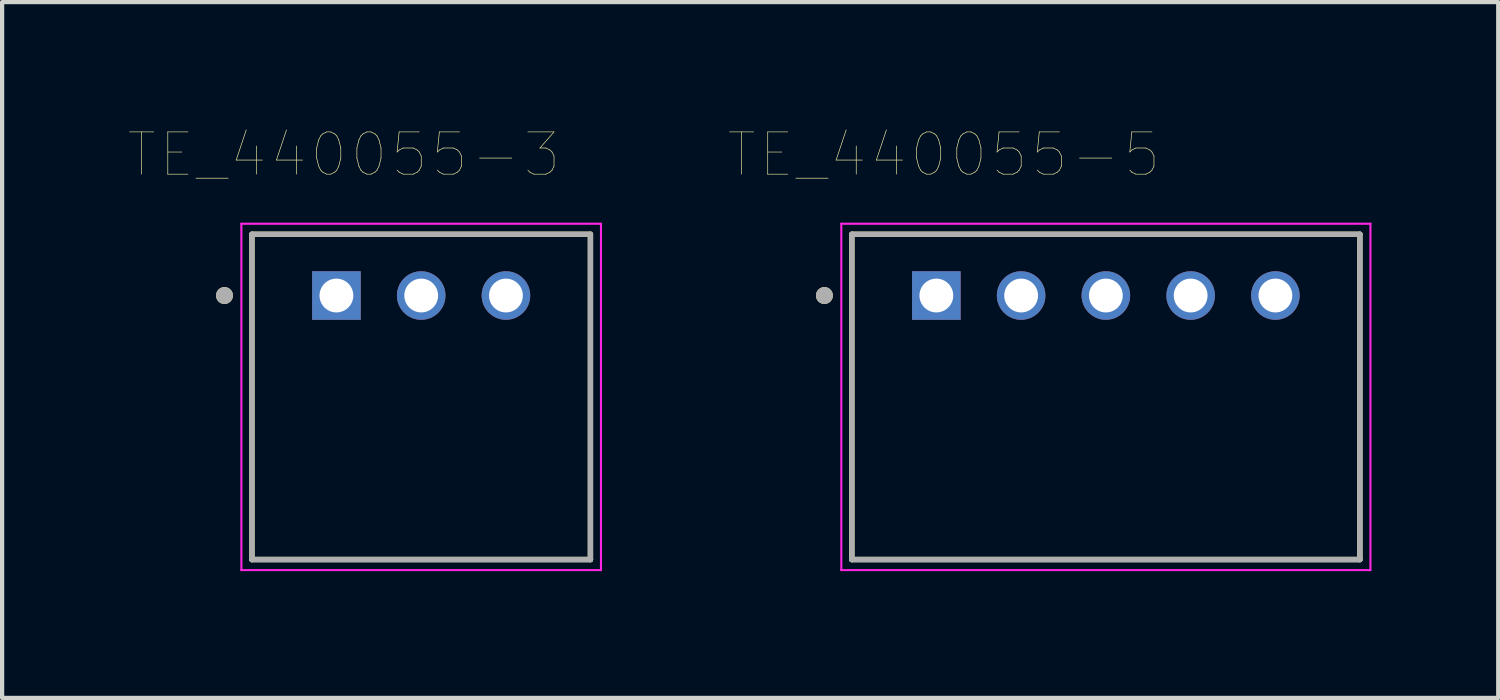
<source format=kicad_pcb>
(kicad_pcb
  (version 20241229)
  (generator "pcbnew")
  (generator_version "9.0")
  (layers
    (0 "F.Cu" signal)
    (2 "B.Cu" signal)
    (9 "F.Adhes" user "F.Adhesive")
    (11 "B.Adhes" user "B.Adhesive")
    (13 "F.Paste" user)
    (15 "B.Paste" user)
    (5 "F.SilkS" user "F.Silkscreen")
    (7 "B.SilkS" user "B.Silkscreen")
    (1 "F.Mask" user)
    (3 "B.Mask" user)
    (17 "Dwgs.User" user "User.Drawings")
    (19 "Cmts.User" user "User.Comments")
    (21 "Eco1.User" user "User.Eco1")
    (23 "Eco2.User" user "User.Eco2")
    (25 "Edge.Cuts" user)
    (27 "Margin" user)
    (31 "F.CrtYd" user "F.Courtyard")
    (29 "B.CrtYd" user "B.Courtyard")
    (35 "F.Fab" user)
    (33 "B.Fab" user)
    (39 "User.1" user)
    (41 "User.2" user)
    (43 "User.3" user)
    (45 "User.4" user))
  (footprint "TE_440055-5"
    (layer "F.Cu")
    (at 19.116 3.946)
    (property "Reference" "TE_440055-5" (at 0.175 -3.335 0) (layer "F.SilkS") (effects (font (size 1 1) (thickness 0.015))))
    (attr through_hole)
    (fp_line (start -2 6.25) (end -2 -1.45) (stroke (width 0.127) (type solid)) (layer "F.SilkS"))
    (fp_line (start 10.026 -1.45) (end -2 -1.45) (stroke (width 0.127) (type solid)) (layer "F.SilkS"))
    (fp_line (start 10.026 -1.45) (end 10.026 6.25) (stroke (width 0.127) (type solid)) (layer "F.SilkS"))
    (fp_line (start 10.026 6.25) (end -2 6.25) (stroke (width 0.127) (type solid)) (layer "F.SilkS"))
    (fp_circle (center -2.65 0) (end -2.55 0) (stroke (width 0.2) (type solid)) (fill no) (layer "F.SilkS"))
    (fp_line (start -2.25 -1.7) (end 10.276 -1.7) (stroke (width 0.05) (type solid)) (layer "F.CrtYd"))
    (fp_line (start -2.25 6.5) (end -2.25 -1.7) (stroke (width 0.05) (type solid)) (layer "F.CrtYd"))
    (fp_line (start 10.276 -1.7) (end 10.276 6.5) (stroke (width 0.05) (type solid)) (layer "F.CrtYd"))
    (fp_line (start 10.276 6.5) (end -2.25 6.5) (stroke (width 0.05) (type solid)) (layer "F.CrtYd"))
    (fp_line (start -2 -1.45) (end 10.026 -1.45) (stroke (width 0.127) (type solid)) (layer "F.Fab"))
    (fp_line (start -2 6.25) (end -2 -1.45) (stroke (width 0.127) (type solid)) (layer "F.Fab"))
    (fp_line (start -2 6.25) (end -2 6.25) (stroke (width 0.127) (type solid)) (layer "F.Fab"))
    (fp_line (start -2 6.25) (end 10.026 6.25) (stroke (width 0.127) (type solid)) (layer "F.Fab"))
    (fp_line (start 10.026 -1.45) (end 10.026 6.25) (stroke (width 0.127) (type solid)) (layer "F.Fab"))
    (fp_line (start 10.026 6.25) (end -2 6.25) (stroke (width 0.127) (type solid)) (layer "F.Fab"))
    (fp_line (start 10.026 6.25) (end 10.026 6.25) (stroke (width 0.127) (type solid)) (layer "F.Fab"))
    (fp_circle (center -2.65 0) (end -2.55 0) (stroke (width 0.2) (type solid)) (fill no) (layer "F.Fab"))
    (pad "1" thru_hole rect (at 0 0) (size 1.15 1.15) (drill 0.8) (layers "*.Cu" "*.Mask"))
    (pad "2" thru_hole circle (at 2.007 0) (size 1.15 1.15) (drill 0.8) (layers "*.Cu" "*.Mask"))
    (pad "3" thru_hole circle (at 4.013 0) (size 1.15 1.15) (drill 0.8) (layers "*.Cu" "*.Mask"))
    (pad "4" thru_hole circle (at 6.02 0) (size 1.15 1.15) (drill 0.8) (layers "*.Cu" "*.Mask"))
    (pad "5" thru_hole circle (at 8.026 0) (size 1.15 1.15) (drill 0.8) (layers "*.Cu" "*.Mask")))
  (footprint "TE_440055-3"
    (layer "F.Cu")
    (at 4.914 3.946)
    (property "Reference" "TE_440055-3" (at 0.175 -3.335 0) (layer "F.SilkS") (effects (font (size 1 1) (thickness 0.015))))
    (attr through_hole)
    (fp_line (start -2 6.25) (end -2 -1.45) (stroke (width 0.127) (type solid)) (layer "F.SilkS"))
    (fp_line (start 6.013 -1.45) (end -2 -1.45) (stroke (width 0.127) (type solid)) (layer "F.SilkS"))
    (fp_line (start 6.013 -1.45) (end 6.013 6.25) (stroke (width 0.127) (type solid)) (layer "F.SilkS"))
    (fp_line (start 6.013 6.25) (end -2 6.25) (stroke (width 0.127) (type solid)) (layer "F.SilkS"))
    (fp_circle (center -2.65 0) (end -2.55 0) (stroke (width 0.2) (type solid)) (fill no) (layer "F.SilkS"))
    (fp_line (start -2.25 -1.7) (end 6.263 -1.7) (stroke (width 0.05) (type solid)) (layer "F.CrtYd"))
    (fp_line (start -2.25 6.5) (end -2.25 -1.7) (stroke (width 0.05) (type solid)) (layer "F.CrtYd"))
    (fp_line (start 6.263 -1.7) (end 6.263 6.5) (stroke (width 0.05) (type solid)) (layer "F.CrtYd"))
    (fp_line (start 6.263 6.5) (end -2.25 6.5) (stroke (width 0.05) (type solid)) (layer "F.CrtYd"))
    (fp_line (start -2 -1.45) (end 6.013 -1.45) (stroke (width 0.127) (type solid)) (layer "F.Fab"))
    (fp_line (start -2 6.25) (end -2 -1.45) (stroke (width 0.127) (type solid)) (layer "F.Fab"))
    (fp_line (start -2 6.25) (end -2 6.25) (stroke (width 0.127) (type solid)) (layer "F.Fab"))
    (fp_line (start -2 6.25) (end 6.013 6.25) (stroke (width 0.127) (type solid)) (layer "F.Fab"))
    (fp_line (start 6.013 -1.45) (end 6.013 6.25) (stroke (width 0.127) (type solid)) (layer "F.Fab"))
    (fp_line (start 6.013 6.25) (end -2 6.25) (stroke (width 0.127) (type solid)) (layer "F.Fab"))
    (fp_line (start 6.013 6.25) (end 6.013 6.25) (stroke (width 0.127) (type solid)) (layer "F.Fab"))
    (fp_circle (center -2.65 0) (end -2.55 0) (stroke (width 0.2) (type solid)) (fill no) (layer "F.Fab"))
    (pad "1" thru_hole rect (at 0 0) (size 1.15 1.15) (drill 0.8) (layers "*.Cu" "*.Mask"))
    (pad "2" thru_hole circle (at 2.007 0) (size 1.15 1.15) (drill 0.8) (layers "*.Cu" "*.Mask"))
    (pad "3" thru_hole circle (at 4.013 0) (size 1.15 1.15) (drill 0.8) (layers "*.Cu" "*.Mask")))
  (gr_rect
    (start -3 -3)
    (end 32.417 13.471)
    (stroke (width 0.1) (type default))
    (fill no)
    (layer "Edge.Cuts")))
</source>
